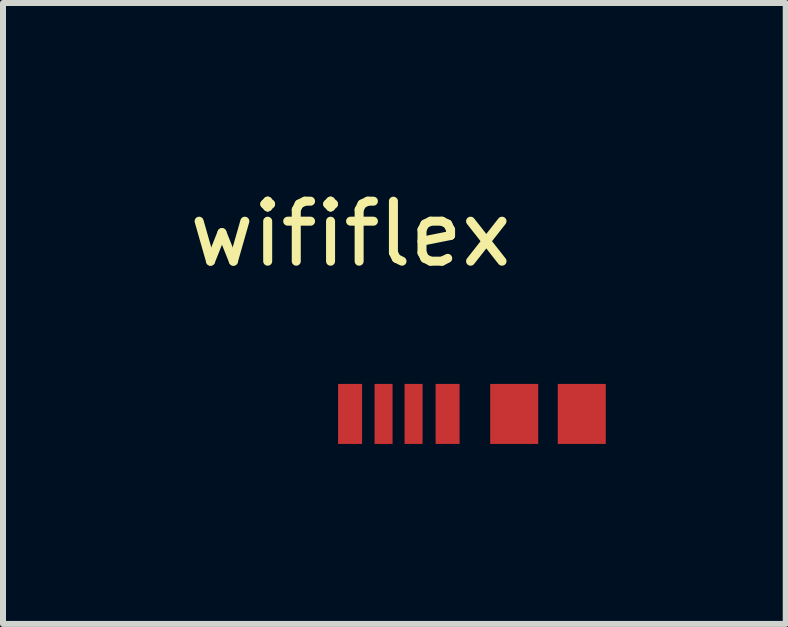
<source format=kicad_pcb>
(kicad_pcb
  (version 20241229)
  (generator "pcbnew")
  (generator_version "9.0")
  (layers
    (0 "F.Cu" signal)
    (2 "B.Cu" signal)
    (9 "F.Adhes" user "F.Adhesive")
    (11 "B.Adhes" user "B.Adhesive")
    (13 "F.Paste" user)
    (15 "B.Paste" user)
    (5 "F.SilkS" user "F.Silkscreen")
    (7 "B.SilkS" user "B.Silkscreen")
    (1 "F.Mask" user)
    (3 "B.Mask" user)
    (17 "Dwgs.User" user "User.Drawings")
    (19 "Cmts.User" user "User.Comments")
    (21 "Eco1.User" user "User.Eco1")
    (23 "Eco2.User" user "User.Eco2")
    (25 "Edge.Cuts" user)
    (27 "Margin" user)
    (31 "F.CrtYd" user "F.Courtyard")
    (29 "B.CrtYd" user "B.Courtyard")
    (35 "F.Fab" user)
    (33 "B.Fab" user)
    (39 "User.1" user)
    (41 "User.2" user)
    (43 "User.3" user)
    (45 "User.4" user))
  (footprint "wififlex"
    (layer "F.Cu")
    (at 4.892 3.848)
    (property "Reference" "wififlex" (at -2.1 -3 0) (unlocked yes) (layer "F.SilkS") (effects (font (size 1 1) (thickness 0.15))))
    (attr smd)
    (pad "1" smd rect (at 1.753 0 90) (size 1 0.8) (layers "F.Cu" "F.Mask" "F.Paste"))
    (pad "2" smd rect (at 0.627 0 90) (size 1 0.8) (layers "F.Cu" "F.Mask" "F.Paste"))
    (pad "3" smd rect (at -0.483 0 90) (size 1 0.4) (layers "F.Cu" "F.Mask" "F.Paste"))
    (pad "4" smd rect (at -1.05 0 90) (size 1 0.3) (layers "F.Cu" "F.Mask" "F.Paste"))
    (pad "5" smd rect (at -1.55 0 90) (size 1 0.3) (layers "F.Cu" "F.Mask" "F.Paste"))
    (pad "6" smd rect (at -2.108 0 90) (size 1 0.4) (layers "F.Cu" "F.Mask" "F.Paste")))
  (gr_rect
    (start -3 -3)
    (end 10.044 7.348)
    (stroke (width 0.1) (type default))
    (fill no)
    (layer "Edge.Cuts")))
</source>
